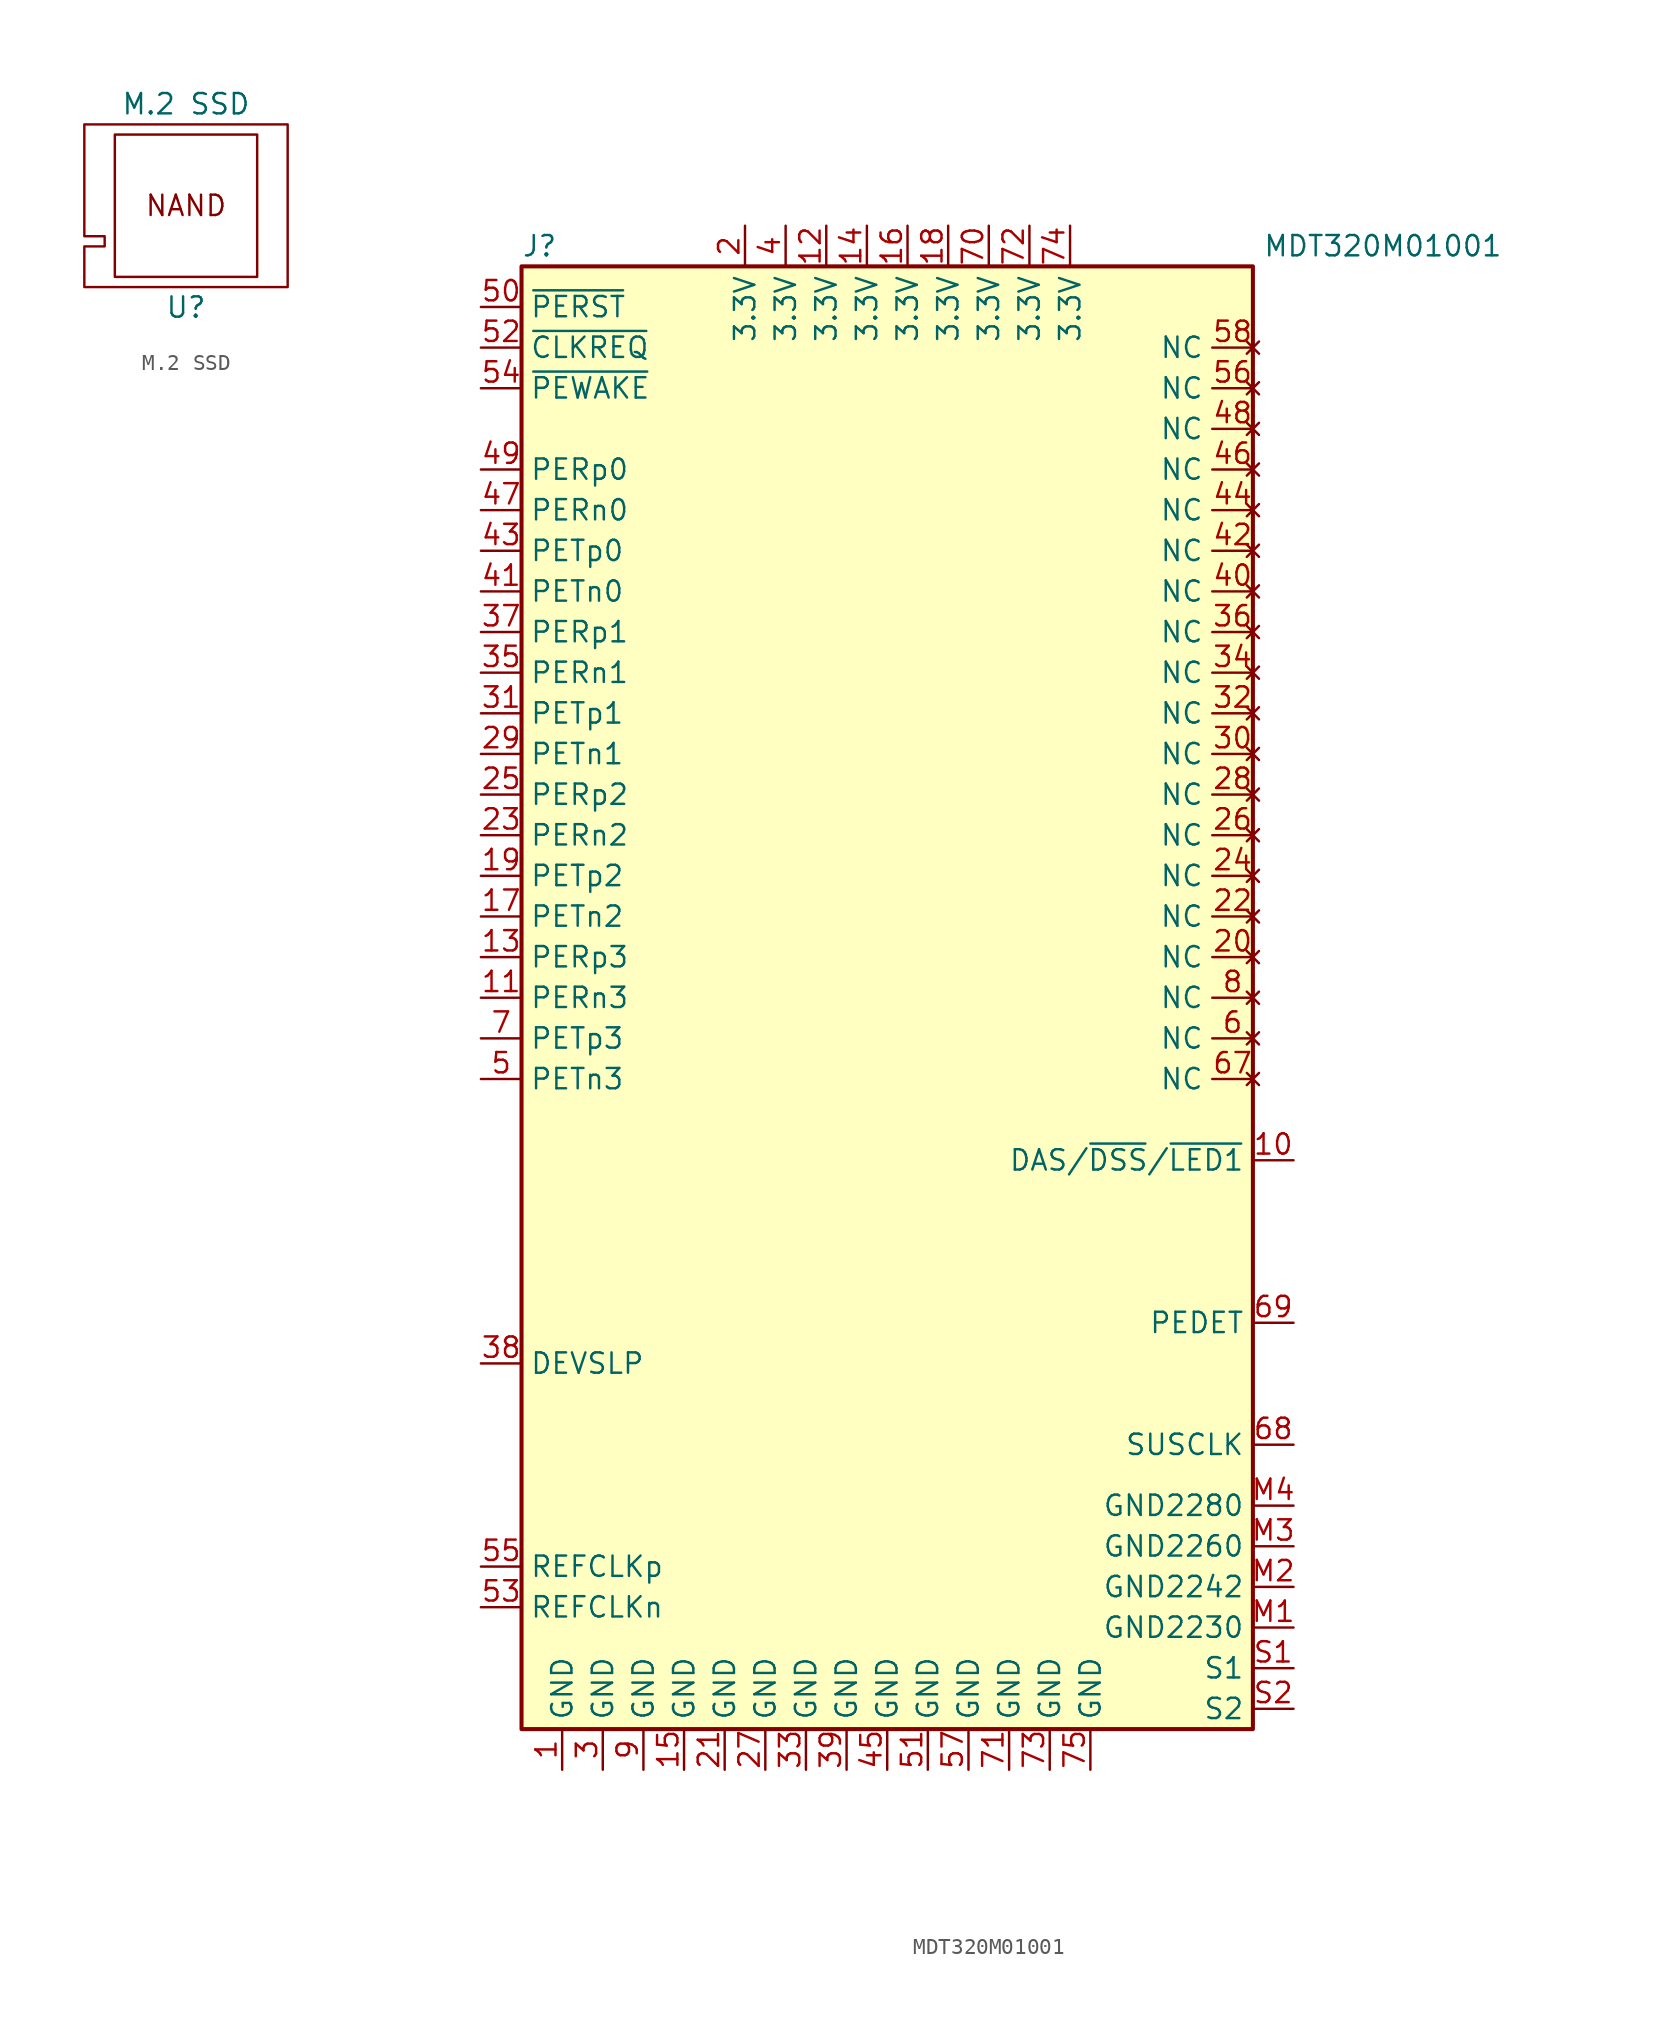
<source format=kicad_sym>
(kicad_symbol_lib
  (version 20241209)
  (generator "kicad_symbol_editor")
  (generator_version "9.0")
  (symbol "M.2 SSD"
    (pin_numbers
      (hide yes))
    (pin_names
      (offset 0)
      (hide yes))
    (property "Reference" "U"
      (at 0 -6.35 0)
      (effects (font (size 1.27 1.27))))
    (property "Value" "M.2 SSD"
      (at 0 6.35 0)
      (effects (font (size 1.27 1.27))))
    (symbol "M.2 SSD_0_1"
      (polyline (pts (xy -6.35 5.08) (xy 6.35 5.08) (xy 6.35 -5.08) (xy -6.35 -5.08) (xy -6.35 -2.54) (xy -5.08 -2.54) (xy -5.08 -1.905) (xy -6.35 -1.905) (xy -6.35 5.08)) (stroke (width 0) (type default)) (fill (type none)))
      (rectangle (start -4.445 4.445) (end 4.445 -4.445) (stroke (width 0) (type default)) (fill (type none))))
    (symbol "M.2 SSD_1_1"
      (text "NAND" (at 0 0 0) (effects (font (size 1.27 1.27))))))
  (symbol "MDT320M01001"
    (property "Reference" "J"
      (at -22.86 46.99 0)
      (effects (font (size 1.27 1.27)) (justify left)))
    (property "Value" "MDT320M01001"
      (at 30.988 46.99 0)
      (effects (font (size 1.27 1.27))))
    (symbol "MDT320M01001_0_1"
      (rectangle (start -22.86 45.72) (end 22.86 -45.72) (stroke (width 0.254) (type default)) (fill (type background))))
    (symbol "MDT320M01001_1_1"
      (pin input line (at -25.4 43.18 0) (length 2.54) (name "~{PERST}" (effects (font (size 1.27 1.27)))) (number "50" (effects (font (size 1.27 1.27)))))
      (pin bidirectional line (at -25.4 40.64 0) (length 2.54) (name "~{CLKREQ}" (effects (font (size 1.27 1.27)))) (number "52" (effects (font (size 1.27 1.27)))))
      (pin bidirectional line (at -25.4 38.1 0) (length 2.54) (name "~{PEWAKE}" (effects (font (size 1.27 1.27)))) (number "54" (effects (font (size 1.27 1.27)))))
      (pin input line (at -25.4 33.02 0) (length 2.54) (name "PERp0" (effects (font (size 1.27 1.27)))) (number "49" (effects (font (size 1.27 1.27)))))
      (pin input line (at -25.4 30.48 0) (length 2.54) (name "PERn0" (effects (font (size 1.27 1.27)))) (number "47" (effects (font (size 1.27 1.27)))))
      (pin output line (at -25.4 27.94 0) (length 2.54) (name "PETp0" (effects (font (size 1.27 1.27)))) (number "43" (effects (font (size 1.27 1.27)))))
      (pin output line (at -25.4 25.4 0) (length 2.54) (name "PETn0" (effects (font (size 1.27 1.27)))) (number "41" (effects (font (size 1.27 1.27)))))
      (pin input line (at -25.4 22.86 0) (length 2.54) (name "PERp1" (effects (font (size 1.27 1.27)))) (number "37" (effects (font (size 1.27 1.27)))))
      (pin input line (at -25.4 20.32 0) (length 2.54) (name "PERn1" (effects (font (size 1.27 1.27)))) (number "35" (effects (font (size 1.27 1.27)))))
      (pin output line (at -25.4 17.78 0) (length 2.54) (name "PETp1" (effects (font (size 1.27 1.27)))) (number "31" (effects (font (size 1.27 1.27)))))
      (pin output line (at -25.4 15.24 0) (length 2.54) (name "PETn1" (effects (font (size 1.27 1.27)))) (number "29" (effects (font (size 1.27 1.27)))))
      (pin input line (at -25.4 12.7 0) (length 2.54) (name "PERp2" (effects (font (size 1.27 1.27)))) (number "25" (effects (font (size 1.27 1.27)))))
      (pin input line (at -25.4 10.16 0) (length 2.54) (name "PERn2" (effects (font (size 1.27 1.27)))) (number "23" (effects (font (size 1.27 1.27)))))
      (pin output line (at -25.4 7.62 0) (length 2.54) (name "PETp2" (effects (font (size 1.27 1.27)))) (number "19" (effects (font (size 1.27 1.27)))))
      (pin output line (at -25.4 5.08 0) (length 2.54) (name "PETn2" (effects (font (size 1.27 1.27)))) (number "17" (effects (font (size 1.27 1.27)))))
      (pin input line (at -25.4 2.54 0) (length 2.54) (name "PERp3" (effects (font (size 1.27 1.27)))) (number "13" (effects (font (size 1.27 1.27)))))
      (pin input line (at -25.4 0 0) (length 2.54) (name "PERn3" (effects (font (size 1.27 1.27)))) (number "11" (effects (font (size 1.27 1.27)))))
      (pin output line (at -25.4 -2.54 0) (length 2.54) (name "PETp3" (effects (font (size 1.27 1.27)))) (number "7" (effects (font (size 1.27 1.27)))))
      (pin output line (at -25.4 -5.08 0) (length 2.54) (name "PETn3" (effects (font (size 1.27 1.27)))) (number "5" (effects (font (size 1.27 1.27)))))
      (pin input line (at -25.4 -22.86 0) (length 2.54) (name "DEVSLP" (effects (font (size 1.27 1.27)))) (number "38" (effects (font (size 1.27 1.27)))))
      (pin input line (at -25.4 -35.56 0) (length 2.54) (name "REFCLKp" (effects (font (size 1.27 1.27)))) (number "55" (effects (font (size 1.27 1.27)))))
      (pin input line (at -25.4 -38.1 0) (length 2.54) (name "REFCLKn" (effects (font (size 1.27 1.27)))) (number "53" (effects (font (size 1.27 1.27)))))
      (pin power_in line (at -20.32 -48.26 90) (length 2.54) (name "GND" (effects (font (size 1.27 1.27)))) (number "1" (effects (font (size 1.27 1.27)))))
      (pin power_in line (at -17.78 -48.26 90) (length 2.54) (name "GND" (effects (font (size 1.27 1.27)))) (number "3" (effects (font (size 1.27 1.27)))))
      (pin power_in line (at -15.24 -48.26 90) (length 2.54) (name "GND" (effects (font (size 1.27 1.27)))) (number "9" (effects (font (size 1.27 1.27)))))
      (pin power_in line (at -12.7 -48.26 90) (length 2.54) (name "GND" (effects (font (size 1.27 1.27)))) (number "15" (effects (font (size 1.27 1.27)))))
      (pin power_in line (at -10.16 -48.26 90) (length 2.54) (name "GND" (effects (font (size 1.27 1.27)))) (number "21" (effects (font (size 1.27 1.27)))))
      (pin power_in line (at -8.89 48.26 270) (length 2.54) (name "3.3V" (effects (font (size 1.27 1.27)))) (number "2" (effects (font (size 1.27 1.27)))))
      (pin power_in line (at -7.62 -48.26 90) (length 2.54) (name "GND" (effects (font (size 1.27 1.27)))) (number "27" (effects (font (size 1.27 1.27)))))
      (pin power_in line (at -6.35 48.26 270) (length 2.54) (name "3.3V" (effects (font (size 1.27 1.27)))) (number "4" (effects (font (size 1.27 1.27)))))
      (pin power_in line (at -5.08 -48.26 90) (length 2.54) (name "GND" (effects (font (size 1.27 1.27)))) (number "33" (effects (font (size 1.27 1.27)))))
      (pin power_in line (at -3.81 48.26 270) (length 2.54) (name "3.3V" (effects (font (size 1.27 1.27)))) (number "12" (effects (font (size 1.27 1.27)))))
      (pin power_in line (at -2.54 -48.26 90) (length 2.54) (name "GND" (effects (font (size 1.27 1.27)))) (number "39" (effects (font (size 1.27 1.27)))))
      (pin power_in line (at -1.27 48.26 270) (length 2.54) (name "3.3V" (effects (font (size 1.27 1.27)))) (number "14" (effects (font (size 1.27 1.27)))))
      (pin power_in line (at 0 -48.26 90) (length 2.54) (name "GND" (effects (font (size 1.27 1.27)))) (number "45" (effects (font (size 1.27 1.27)))))
      (pin power_in line (at 1.27 48.26 270) (length 2.54) (name "3.3V" (effects (font (size 1.27 1.27)))) (number "16" (effects (font (size 1.27 1.27)))))
      (pin power_in line (at 2.54 -48.26 90) (length 2.54) (name "GND" (effects (font (size 1.27 1.27)))) (number "51" (effects (font (size 1.27 1.27)))))
      (pin power_in line (at 3.81 48.26 270) (length 2.54) (name "3.3V" (effects (font (size 1.27 1.27)))) (number "18" (effects (font (size 1.27 1.27)))))
      (pin power_in line (at 5.08 -48.26 90) (length 2.54) (name "GND" (effects (font (size 1.27 1.27)))) (number "57" (effects (font (size 1.27 1.27)))))
      (pin power_in line (at 6.35 48.26 270) (length 2.54) (name "3.3V" (effects (font (size 1.27 1.27)))) (number "70" (effects (font (size 1.27 1.27)))))
      (pin power_in line (at 7.62 -48.26 90) (length 2.54) (name "GND" (effects (font (size 1.27 1.27)))) (number "71" (effects (font (size 1.27 1.27)))))
      (pin power_in line (at 8.89 48.26 270) (length 2.54) (name "3.3V" (effects (font (size 1.27 1.27)))) (number "72" (effects (font (size 1.27 1.27)))))
      (pin power_in line (at 10.16 -48.26 90) (length 2.54) (name "GND" (effects (font (size 1.27 1.27)))) (number "73" (effects (font (size 1.27 1.27)))))
      (pin power_in line (at 11.43 48.26 270) (length 2.54) (name "3.3V" (effects (font (size 1.27 1.27)))) (number "74" (effects (font (size 1.27 1.27)))))
      (pin power_in line (at 12.7 -48.26 90) (length 2.54) (name "GND" (effects (font (size 1.27 1.27)))) (number "75" (effects (font (size 1.27 1.27)))))
      (pin no_connect line (at 22.86 40.64 180) (length 2.54) (name "NC" (effects (font (size 1.27 1.27)))) (number "58" (effects (font (size 1.27 1.27)))))
      (pin no_connect line (at 22.86 38.1 180) (length 2.54) (name "NC" (effects (font (size 1.27 1.27)))) (number "56" (effects (font (size 1.27 1.27)))))
      (pin no_connect line (at 22.86 35.56 180) (length 2.54) (name "NC" (effects (font (size 1.27 1.27)))) (number "48" (effects (font (size 1.27 1.27)))))
      (pin no_connect line (at 22.86 33.02 180) (length 2.54) (name "NC" (effects (font (size 1.27 1.27)))) (number "46" (effects (font (size 1.27 1.27)))))
      (pin no_connect line (at 22.86 30.48 180) (length 2.54) (name "NC" (effects (font (size 1.27 1.27)))) (number "44" (effects (font (size 1.27 1.27)))))
      (pin no_connect line (at 22.86 27.94 180) (length 2.54) (name "NC" (effects (font (size 1.27 1.27)))) (number "42" (effects (font (size 1.27 1.27)))))
      (pin no_connect line (at 22.86 25.4 180) (length 2.54) (name "NC" (effects (font (size 1.27 1.27)))) (number "40" (effects (font (size 1.27 1.27)))))
      (pin no_connect line (at 22.86 22.86 180) (length 2.54) (name "NC" (effects (font (size 1.27 1.27)))) (number "36" (effects (font (size 1.27 1.27)))))
      (pin no_connect line (at 22.86 20.32 180) (length 2.54) (name "NC" (effects (font (size 1.27 1.27)))) (number "34" (effects (font (size 1.27 1.27)))))
      (pin no_connect line (at 22.86 17.78 180) (length 2.54) (name "NC" (effects (font (size 1.27 1.27)))) (number "32" (effects (font (size 1.27 1.27)))))
      (pin no_connect line (at 22.86 15.24 180) (length 2.54) (name "NC" (effects (font (size 1.27 1.27)))) (number "30" (effects (font (size 1.27 1.27)))))
      (pin no_connect line (at 22.86 12.7 180) (length 2.54) (name "NC" (effects (font (size 1.27 1.27)))) (number "28" (effects (font (size 1.27 1.27)))))
      (pin no_connect line (at 22.86 10.16 180) (length 2.54) (name "NC" (effects (font (size 1.27 1.27)))) (number "26" (effects (font (size 1.27 1.27)))))
      (pin no_connect line (at 22.86 7.62 180) (length 2.54) (name "NC" (effects (font (size 1.27 1.27)))) (number "24" (effects (font (size 1.27 1.27)))))
      (pin no_connect line (at 22.86 5.08 180) (length 2.54) (name "NC" (effects (font (size 1.27 1.27)))) (number "22" (effects (font (size 1.27 1.27)))))
      (pin no_connect line (at 22.86 2.54 180) (length 2.54) (name "NC" (effects (font (size 1.27 1.27)))) (number "20" (effects (font (size 1.27 1.27)))))
      (pin no_connect line (at 22.86 0 180) (length 2.54) (name "NC" (effects (font (size 1.27 1.27)))) (number "8" (effects (font (size 1.27 1.27)))))
      (pin no_connect line (at 22.86 -2.54 180) (length 2.54) (name "NC" (effects (font (size 1.27 1.27)))) (number "6" (effects (font (size 1.27 1.27)))))
      (pin no_connect line (at 22.86 -5.08 180) (length 2.54) (name "NC" (effects (font (size 1.27 1.27)))) (number "67" (effects (font (size 1.27 1.27)))))
      (pin bidirectional line (at 25.4 -10.16 180) (length 2.54) (name "DAS/~{DSS}/~{LED1}" (effects (font (size 1.27 1.27)))) (number "10" (effects (font (size 1.27 1.27)))))
      (pin passive line (at 25.4 -20.32 180) (length 2.54) (name "PEDET" (effects (font (size 1.27 1.27)))) (number "69" (effects (font (size 1.27 1.27)))))
      (pin input line (at 25.4 -27.94 180) (length 2.54) (name "SUSCLK" (effects (font (size 1.27 1.27)))) (number "68" (effects (font (size 1.27 1.27)))))
      (pin passive line (at 25.4 -31.75 180) (length 2.54) (name "GND2280" (effects (font (size 1.27 1.27)))) (number "M4" (effects (font (size 1.27 1.27)))))
      (pin passive line (at 25.4 -34.29 180) (length 2.54) (name "GND2260" (effects (font (size 1.27 1.27)))) (number "M3" (effects (font (size 1.27 1.27)))))
      (pin passive line (at 25.4 -36.83 180) (length 2.54) (name "GND2242" (effects (font (size 1.27 1.27)))) (number "M2" (effects (font (size 1.27 1.27)))))
      (pin passive line (at 25.4 -39.37 180) (length 2.54) (name "GND2230" (effects (font (size 1.27 1.27)))) (number "M1" (effects (font (size 1.27 1.27)))))
      (pin passive line (at 25.4 -41.91 180) (length 2.54) (name "S1" (effects (font (size 1.27 1.27)))) (number "S1" (effects (font (size 1.27 1.27)))))
      (pin passive line (at 25.4 -44.45 180) (length 2.54) (name "S2" (effects (font (size 1.27 1.27)))) (number "S2" (effects (font (size 1.27 1.27))))))))
</source>
